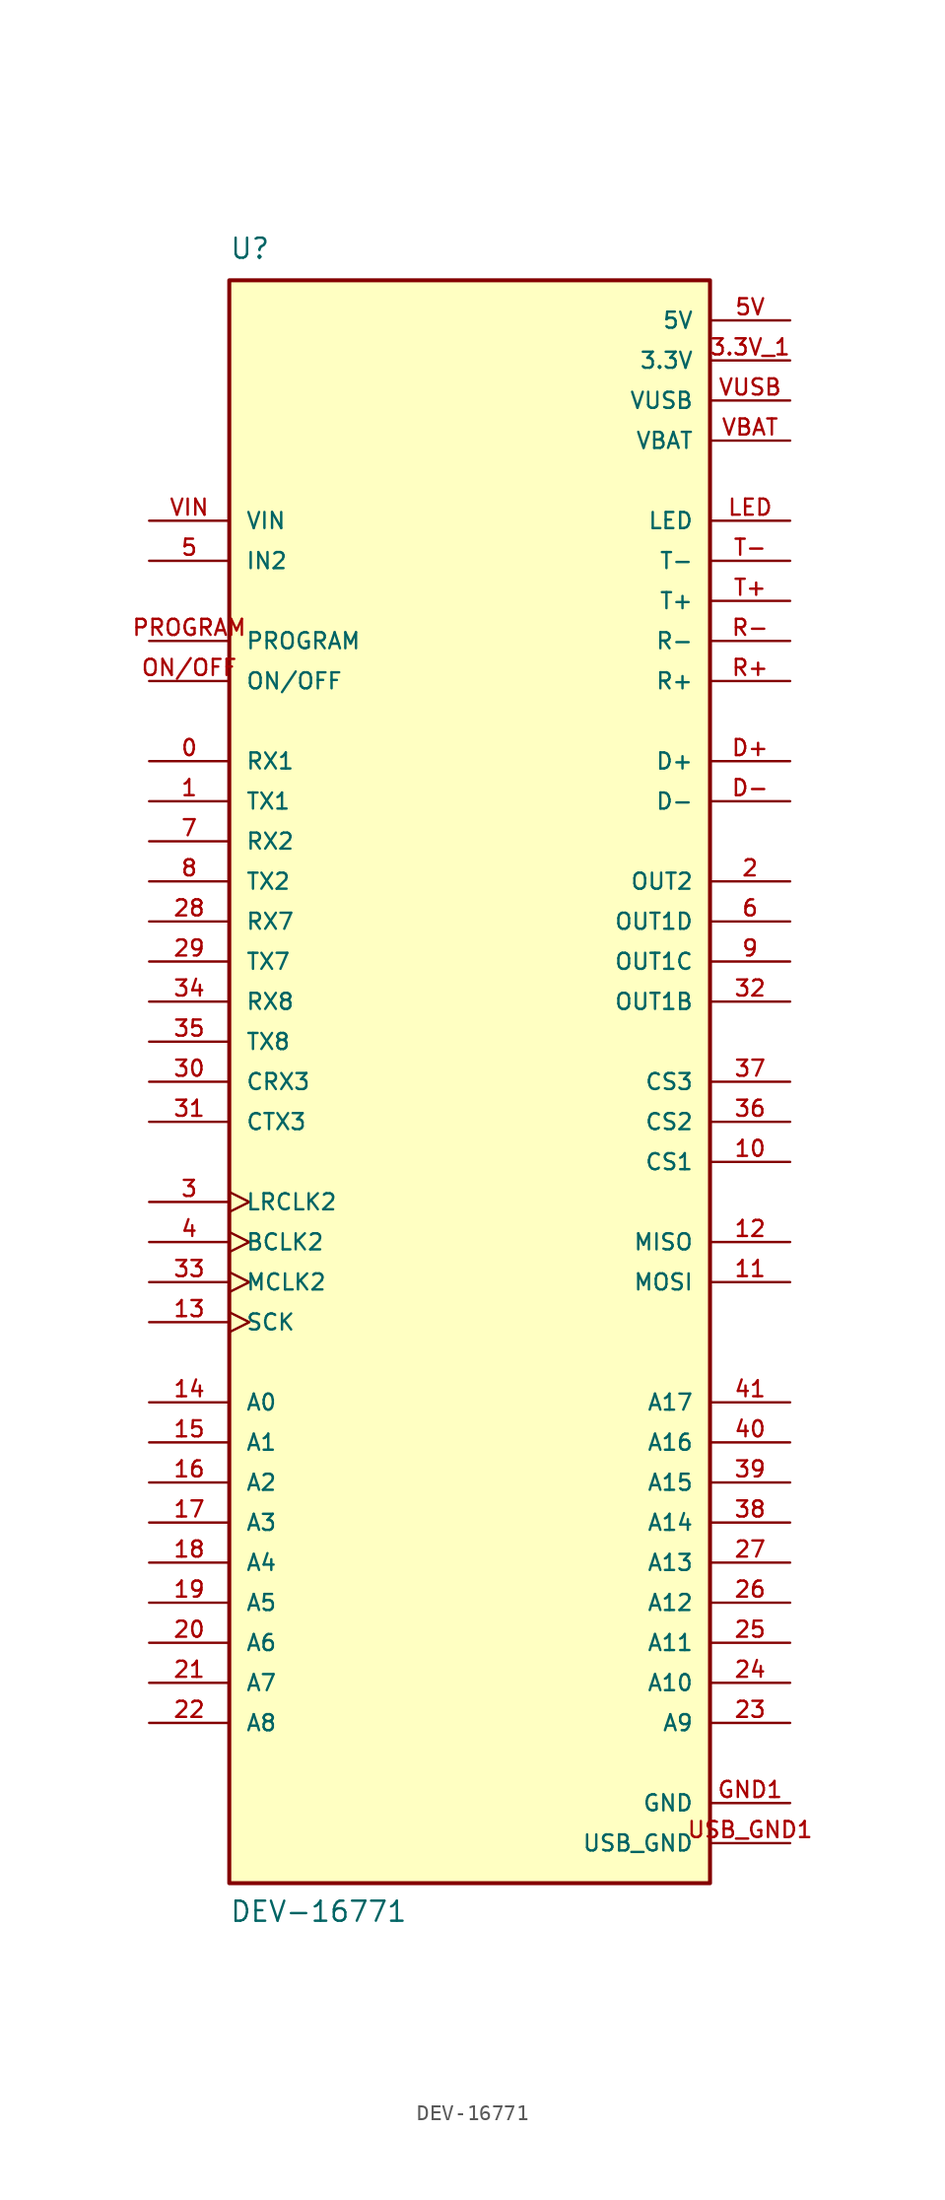
<source format=kicad_sym>
(kicad_symbol_lib
  (version 20211014)
  (generator kicad_symbol_editor)
  (symbol "DEV-16771"
    (pin_names
      (offset 1.016))
    (property "Reference" "U"
      (at -15.24 52.07 0)
      (effects (font (size 1.27 1.27)) (justify bottom left)))
    (property "Value" "DEV-16771"
      (at -15.24 -53.34 0)
      (effects (font (size 1.27 1.27)) (justify bottom left)))
    (symbol "DEV-16771_0_0"
      (rectangle (start -15.24 -50.8) (end 15.24 50.8) (stroke (width 0.254)) (fill (type background)))
      (pin power_in line (at 20.32 -45.72 180.0) (length 5.08) (name "GND" (effects (font (size 1.016 1.016)))) (number "GND1" (effects (font (size 1.016 1.016)))))
      (pin power_in line (at 20.32 -45.72 180.0) (length 5.08) hide (name "GND" (effects (font (size 1.016 1.016)))) (number "GND2" (effects (font (size 1.016 1.016)))))
      (pin power_in line (at 20.32 -45.72 180.0) (length 5.08) hide (name "GND" (effects (font (size 1.016 1.016)))) (number "GND3" (effects (font (size 1.016 1.016)))))
      (pin power_in line (at 20.32 -45.72 180.0) (length 5.08) hide (name "GND" (effects (font (size 1.016 1.016)))) (number "GND4" (effects (font (size 1.016 1.016)))))
      (pin power_in line (at 20.32 -45.72 180.0) (length 5.08) hide (name "GND" (effects (font (size 1.016 1.016)))) (number "GND5" (effects (font (size 1.016 1.016)))))
      (pin bidirectional line (at -20.32 20.32 0) (length 5.08) (name "RX1" (effects (font (size 1.016 1.016)))) (number "0" (effects (font (size 1.016 1.016)))))
      (pin bidirectional line (at -20.32 17.78 0) (length 5.08) (name "TX1" (effects (font (size 1.016 1.016)))) (number "1" (effects (font (size 1.016 1.016)))))
      (pin output line (at 20.32 12.7 180.0) (length 5.08) (name "OUT2" (effects (font (size 1.016 1.016)))) (number "2" (effects (font (size 1.016 1.016)))))
      (pin bidirectional clock (at -20.32 -7.62 0) (length 5.08) (name "LRCLK2" (effects (font (size 1.016 1.016)))) (number "3" (effects (font (size 1.016 1.016)))))
      (pin bidirectional clock (at -20.32 -10.16 0) (length 5.08) (name "BCLK2" (effects (font (size 1.016 1.016)))) (number "4" (effects (font (size 1.016 1.016)))))
      (pin bidirectional line (at -20.32 33.02 0) (length 5.08) (name "IN2" (effects (font (size 1.016 1.016)))) (number "5" (effects (font (size 1.016 1.016)))))
      (pin output line (at 20.32 10.16 180.0) (length 5.08) (name "OUT1D" (effects (font (size 1.016 1.016)))) (number "6" (effects (font (size 1.016 1.016)))))
      (pin bidirectional line (at -20.32 15.24 0) (length 5.08) (name "RX2" (effects (font (size 1.016 1.016)))) (number "7" (effects (font (size 1.016 1.016)))))
      (pin bidirectional line (at -20.32 12.7 0) (length 5.08) (name "TX2" (effects (font (size 1.016 1.016)))) (number "8" (effects (font (size 1.016 1.016)))))
      (pin output line (at 20.32 7.62 180.0) (length 5.08) (name "OUT1C" (effects (font (size 1.016 1.016)))) (number "9" (effects (font (size 1.016 1.016)))))
      (pin bidirectional line (at 20.32 -5.08 180.0) (length 5.08) (name "CS1" (effects (font (size 1.016 1.016)))) (number "10" (effects (font (size 1.016 1.016)))))
      (pin bidirectional line (at 20.32 -12.7 180.0) (length 5.08) (name "MOSI" (effects (font (size 1.016 1.016)))) (number "11" (effects (font (size 1.016 1.016)))))
      (pin bidirectional line (at 20.32 -10.16 180.0) (length 5.08) (name "MISO" (effects (font (size 1.016 1.016)))) (number "12" (effects (font (size 1.016 1.016)))))
      (pin power_in line (at 20.32 45.72 180.0) (length 5.08) (name "3.3V" (effects (font (size 1.016 1.016)))) (number "3.3V_1" (effects (font (size 1.016 1.016)))))
      (pin power_in line (at 20.32 45.72 180.0) (length 5.08) hide (name "3.3V" (effects (font (size 1.016 1.016)))) (number "3.3V_2" (effects (font (size 1.016 1.016)))))
      (pin power_in line (at 20.32 45.72 180.0) (length 5.08) hide (name "3.3V" (effects (font (size 1.016 1.016)))) (number "3.3V_3" (effects (font (size 1.016 1.016)))))
      (pin bidirectional clock (at -20.32 -15.24 0) (length 5.08) (name "SCK" (effects (font (size 1.016 1.016)))) (number "13" (effects (font (size 1.016 1.016)))))
      (pin bidirectional line (at -20.32 -20.32 0) (length 5.08) (name "A0" (effects (font (size 1.016 1.016)))) (number "14" (effects (font (size 1.016 1.016)))))
      (pin bidirectional line (at -20.32 -22.86 0) (length 5.08) (name "A1" (effects (font (size 1.016 1.016)))) (number "15" (effects (font (size 1.016 1.016)))))
      (pin bidirectional line (at -20.32 -25.4 0) (length 5.08) (name "A2" (effects (font (size 1.016 1.016)))) (number "16" (effects (font (size 1.016 1.016)))))
      (pin bidirectional line (at -20.32 -27.94 0) (length 5.08) (name "A3" (effects (font (size 1.016 1.016)))) (number "17" (effects (font (size 1.016 1.016)))))
      (pin bidirectional line (at -20.32 -30.48 0) (length 5.08) (name "A4" (effects (font (size 1.016 1.016)))) (number "18" (effects (font (size 1.016 1.016)))))
      (pin bidirectional line (at -20.32 -33.02 0) (length 5.08) (name "A5" (effects (font (size 1.016 1.016)))) (number "19" (effects (font (size 1.016 1.016)))))
      (pin bidirectional line (at -20.32 -35.56 0) (length 5.08) (name "A6" (effects (font (size 1.016 1.016)))) (number "20" (effects (font (size 1.016 1.016)))))
      (pin bidirectional line (at -20.32 -38.1 0) (length 5.08) (name "A7" (effects (font (size 1.016 1.016)))) (number "21" (effects (font (size 1.016 1.016)))))
      (pin bidirectional line (at -20.32 -40.64 0) (length 5.08) (name "A8" (effects (font (size 1.016 1.016)))) (number "22" (effects (font (size 1.016 1.016)))))
      (pin bidirectional line (at 20.32 -40.64 180.0) (length 5.08) (name "A9" (effects (font (size 1.016 1.016)))) (number "23" (effects (font (size 1.016 1.016)))))
      (pin input line (at -20.32 35.56 0) (length 5.08) (name "VIN" (effects (font (size 1.016 1.016)))) (number "VIN" (effects (font (size 1.016 1.016)))))
      (pin bidirectional line (at 20.32 -38.1 180.0) (length 5.08) (name "A10" (effects (font (size 1.016 1.016)))) (number "24" (effects (font (size 1.016 1.016)))))
      (pin bidirectional line (at 20.32 -35.56 180.0) (length 5.08) (name "A11" (effects (font (size 1.016 1.016)))) (number "25" (effects (font (size 1.016 1.016)))))
      (pin bidirectional line (at 20.32 -33.02 180.0) (length 5.08) (name "A12" (effects (font (size 1.016 1.016)))) (number "26" (effects (font (size 1.016 1.016)))))
      (pin bidirectional line (at 20.32 -30.48 180.0) (length 5.08) (name "A13" (effects (font (size 1.016 1.016)))) (number "27" (effects (font (size 1.016 1.016)))))
      (pin bidirectional line (at -20.32 10.16 0) (length 5.08) (name "RX7" (effects (font (size 1.016 1.016)))) (number "28" (effects (font (size 1.016 1.016)))))
      (pin bidirectional line (at -20.32 7.62 0) (length 5.08) (name "TX7" (effects (font (size 1.016 1.016)))) (number "29" (effects (font (size 1.016 1.016)))))
      (pin bidirectional line (at -20.32 0.0 0) (length 5.08) (name "CRX3" (effects (font (size 1.016 1.016)))) (number "30" (effects (font (size 1.016 1.016)))))
      (pin bidirectional line (at -20.32 -2.54 0) (length 5.08) (name "CTX3" (effects (font (size 1.016 1.016)))) (number "31" (effects (font (size 1.016 1.016)))))
      (pin output line (at 20.32 5.08 180.0) (length 5.08) (name "OUT1B" (effects (font (size 1.016 1.016)))) (number "32" (effects (font (size 1.016 1.016)))))
      (pin bidirectional clock (at -20.32 -12.7 0) (length 5.08) (name "MCLK2" (effects (font (size 1.016 1.016)))) (number "33" (effects (font (size 1.016 1.016)))))
      (pin bidirectional line (at -20.32 5.08 0) (length 5.08) (name "RX8" (effects (font (size 1.016 1.016)))) (number "34" (effects (font (size 1.016 1.016)))))
      (pin bidirectional line (at -20.32 2.54 0) (length 5.08) (name "TX8" (effects (font (size 1.016 1.016)))) (number "35" (effects (font (size 1.016 1.016)))))
      (pin bidirectional line (at 20.32 -2.54 180.0) (length 5.08) (name "CS2" (effects (font (size 1.016 1.016)))) (number "36" (effects (font (size 1.016 1.016)))))
      (pin bidirectional line (at 20.32 0.0 180.0) (length 5.08) (name "CS3" (effects (font (size 1.016 1.016)))) (number "37" (effects (font (size 1.016 1.016)))))
      (pin bidirectional line (at 20.32 -27.94 180.0) (length 5.08) (name "A14" (effects (font (size 1.016 1.016)))) (number "38" (effects (font (size 1.016 1.016)))))
      (pin bidirectional line (at 20.32 -25.4 180.0) (length 5.08) (name "A15" (effects (font (size 1.016 1.016)))) (number "39" (effects (font (size 1.016 1.016)))))
      (pin bidirectional line (at 20.32 -22.86 180.0) (length 5.08) (name "A16" (effects (font (size 1.016 1.016)))) (number "40" (effects (font (size 1.016 1.016)))))
      (pin bidirectional line (at 20.32 -20.32 180.0) (length 5.08) (name "A17" (effects (font (size 1.016 1.016)))) (number "41" (effects (font (size 1.016 1.016)))))
      (pin bidirectional line (at -20.32 25.4 0) (length 5.08) (name "ON/OFF" (effects (font (size 1.016 1.016)))) (number "ON/OFF" (effects (font (size 1.016 1.016)))))
      (pin bidirectional line (at -20.32 27.94 0) (length 5.08) (name "PROGRAM" (effects (font (size 1.016 1.016)))) (number "PROGRAM" (effects (font (size 1.016 1.016)))))
      (pin passive line (at 20.32 40.64 180.0) (length 5.08) (name "VBAT" (effects (font (size 1.016 1.016)))) (number "VBAT" (effects (font (size 1.016 1.016)))))
      (pin power_in line (at 20.32 48.26 180.0) (length 5.08) (name "5V" (effects (font (size 1.016 1.016)))) (number "5V" (effects (font (size 1.016 1.016)))))
      (pin bidirectional line (at 20.32 17.78 180.0) (length 5.08) (name "D-" (effects (font (size 1.016 1.016)))) (number "D-" (effects (font (size 1.016 1.016)))))
      (pin bidirectional line (at 20.32 20.32 180.0) (length 5.08) (name "D+" (effects (font (size 1.016 1.016)))) (number "D+" (effects (font (size 1.016 1.016)))))
      (pin power_in line (at 20.32 -48.26 180.0) (length 5.08) (name "USB_GND" (effects (font (size 1.016 1.016)))) (number "USB_GND1" (effects (font (size 1.016 1.016)))))
      (pin power_in line (at 20.32 -48.26 180.0) (length 5.08) hide (name "USB_GND" (effects (font (size 1.016 1.016)))) (number "USB_GND2" (effects (font (size 1.016 1.016)))))
      (pin bidirectional line (at 20.32 25.4 180.0) (length 5.08) (name "R+" (effects (font (size 1.016 1.016)))) (number "R+" (effects (font (size 1.016 1.016)))))
      (pin bidirectional line (at 20.32 27.94 180.0) (length 5.08) (name "R-" (effects (font (size 1.016 1.016)))) (number "R-" (effects (font (size 1.016 1.016)))))
      (pin bidirectional line (at 20.32 30.48 180.0) (length 5.08) (name "T+" (effects (font (size 1.016 1.016)))) (number "T+" (effects (font (size 1.016 1.016)))))
      (pin bidirectional line (at 20.32 33.02 180.0) (length 5.08) (name "T-" (effects (font (size 1.016 1.016)))) (number "T-" (effects (font (size 1.016 1.016)))))
      (pin bidirectional line (at 20.32 35.56 180.0) (length 5.08) (name "LED" (effects (font (size 1.016 1.016)))) (number "LED" (effects (font (size 1.016 1.016)))))
      (pin passive line (at 20.32 43.18 180.0) (length 5.08) (name "VUSB" (effects (font (size 1.016 1.016)))) (number "VUSB" (effects (font (size 1.016 1.016))))))))
</source>
